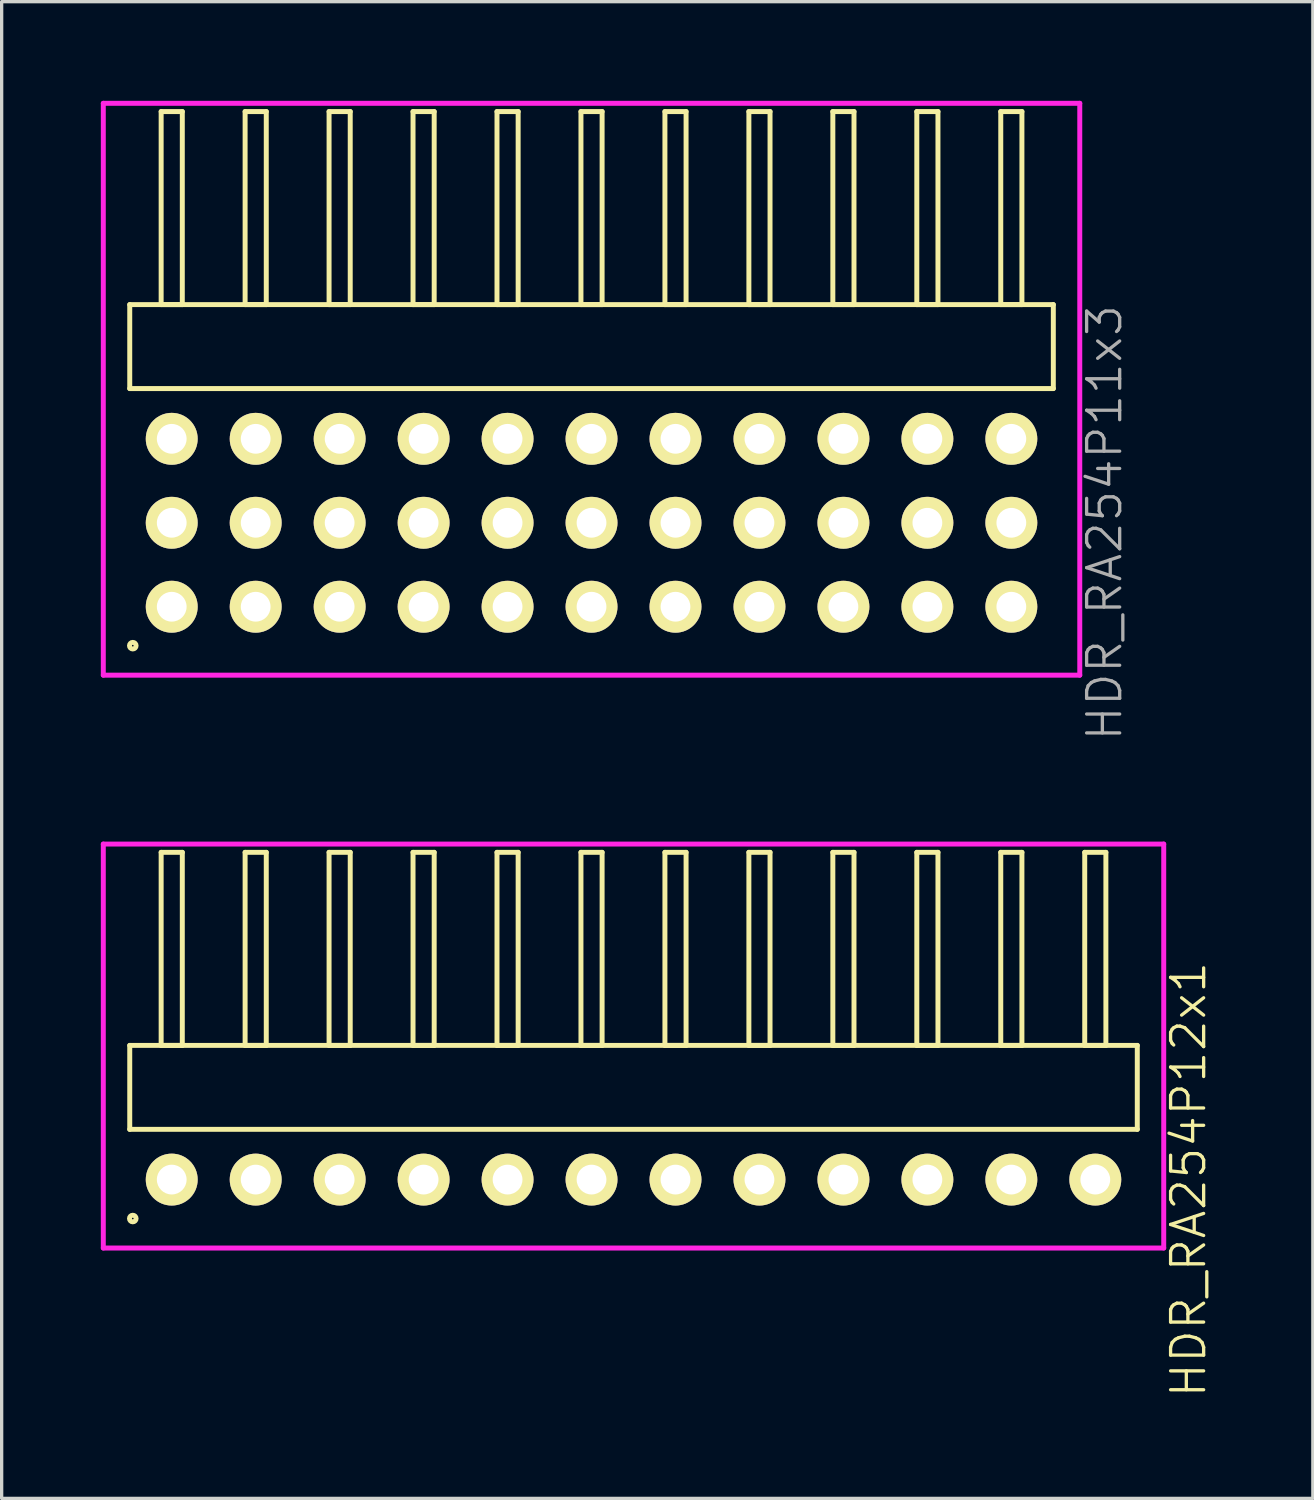
<source format=kicad_pcb>
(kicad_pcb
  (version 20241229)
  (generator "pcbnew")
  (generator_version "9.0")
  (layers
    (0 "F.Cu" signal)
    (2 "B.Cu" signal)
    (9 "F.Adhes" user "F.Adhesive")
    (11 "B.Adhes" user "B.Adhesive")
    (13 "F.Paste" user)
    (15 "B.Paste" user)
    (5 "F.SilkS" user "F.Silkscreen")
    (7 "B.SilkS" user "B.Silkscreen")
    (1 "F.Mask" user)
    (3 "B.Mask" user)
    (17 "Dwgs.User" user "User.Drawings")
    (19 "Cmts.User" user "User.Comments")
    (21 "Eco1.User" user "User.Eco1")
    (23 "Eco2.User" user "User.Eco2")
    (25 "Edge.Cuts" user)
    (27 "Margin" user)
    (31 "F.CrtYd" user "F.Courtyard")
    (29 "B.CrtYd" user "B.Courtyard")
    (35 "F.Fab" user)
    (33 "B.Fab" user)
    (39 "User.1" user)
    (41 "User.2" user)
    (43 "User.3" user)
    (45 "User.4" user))
  (footprint "HDR_RA254P11x3"
    (layer "F.Cu")
    (at 14.845 12.765)
    (property "Reference" "HDR_RA254P11x3" (at 15.52 0 90) (layer "F.Fab") (effects (font (size 1 1) (thickness 0.1))))
    (attr through_hole)
    (fp_line (start -13.97 -6.6) (end -13.97 -4.06) (stroke (width 0.15) (type solid)) (layer "F.SilkS"))
    (fp_line (start -13.97 -4.06) (end 13.97 -4.06) (stroke (width 0.15) (type solid)) (layer "F.SilkS"))
    (fp_line (start -13.02 -12.44) (end -13.02 -6.6) (stroke (width 0.15) (type solid)) (layer "F.SilkS"))
    (fp_line (start -13.02 -6.6) (end -12.38 -6.6) (stroke (width 0.15) (type solid)) (layer "F.SilkS"))
    (fp_line (start -12.38 -12.44) (end -13.02 -12.44) (stroke (width 0.15) (type solid)) (layer "F.SilkS"))
    (fp_line (start -12.38 -6.6) (end -12.38 -12.44) (stroke (width 0.15) (type solid)) (layer "F.SilkS"))
    (fp_line (start -10.48 -12.44) (end -10.48 -6.6) (stroke (width 0.15) (type solid)) (layer "F.SilkS"))
    (fp_line (start -10.48 -6.6) (end -9.84 -6.6) (stroke (width 0.15) (type solid)) (layer "F.SilkS"))
    (fp_line (start -9.84 -12.44) (end -10.48 -12.44) (stroke (width 0.15) (type solid)) (layer "F.SilkS"))
    (fp_line (start -9.84 -6.6) (end -9.84 -12.44) (stroke (width 0.15) (type solid)) (layer "F.SilkS"))
    (fp_line (start -7.94 -12.44) (end -7.94 -6.6) (stroke (width 0.15) (type solid)) (layer "F.SilkS"))
    (fp_line (start -7.94 -6.6) (end -7.3 -6.6) (stroke (width 0.15) (type solid)) (layer "F.SilkS"))
    (fp_line (start -7.3 -12.44) (end -7.94 -12.44) (stroke (width 0.15) (type solid)) (layer "F.SilkS"))
    (fp_line (start -7.3 -6.6) (end -7.3 -12.44) (stroke (width 0.15) (type solid)) (layer "F.SilkS"))
    (fp_line (start -5.4 -12.44) (end -5.4 -6.6) (stroke (width 0.15) (type solid)) (layer "F.SilkS"))
    (fp_line (start -5.4 -6.6) (end -4.76 -6.6) (stroke (width 0.15) (type solid)) (layer "F.SilkS"))
    (fp_line (start -4.76 -12.44) (end -5.4 -12.44) (stroke (width 0.15) (type solid)) (layer "F.SilkS"))
    (fp_line (start -4.76 -6.6) (end -4.76 -12.44) (stroke (width 0.15) (type solid)) (layer "F.SilkS"))
    (fp_line (start -2.86 -12.44) (end -2.86 -6.6) (stroke (width 0.15) (type solid)) (layer "F.SilkS"))
    (fp_line (start -2.86 -6.6) (end -2.22 -6.6) (stroke (width 0.15) (type solid)) (layer "F.SilkS"))
    (fp_line (start -2.22 -12.44) (end -2.86 -12.44) (stroke (width 0.15) (type solid)) (layer "F.SilkS"))
    (fp_line (start -2.22 -6.6) (end -2.22 -12.44) (stroke (width 0.15) (type solid)) (layer "F.SilkS"))
    (fp_line (start -0.32 -12.44) (end -0.32 -6.6) (stroke (width 0.15) (type solid)) (layer "F.SilkS"))
    (fp_line (start -0.32 -6.6) (end 0.32 -6.6) (stroke (width 0.15) (type solid)) (layer "F.SilkS"))
    (fp_line (start 0.32 -12.44) (end -0.32 -12.44) (stroke (width 0.15) (type solid)) (layer "F.SilkS"))
    (fp_line (start 0.32 -6.6) (end 0.32 -12.44) (stroke (width 0.15) (type solid)) (layer "F.SilkS"))
    (fp_line (start 2.22 -12.44) (end 2.22 -6.6) (stroke (width 0.15) (type solid)) (layer "F.SilkS"))
    (fp_line (start 2.22 -6.6) (end 2.86 -6.6) (stroke (width 0.15) (type solid)) (layer "F.SilkS"))
    (fp_line (start 2.86 -12.44) (end 2.22 -12.44) (stroke (width 0.15) (type solid)) (layer "F.SilkS"))
    (fp_line (start 2.86 -6.6) (end 2.86 -12.44) (stroke (width 0.15) (type solid)) (layer "F.SilkS"))
    (fp_line (start 4.76 -12.44) (end 4.76 -6.6) (stroke (width 0.15) (type solid)) (layer "F.SilkS"))
    (fp_line (start 4.76 -6.6) (end 5.4 -6.6) (stroke (width 0.15) (type solid)) (layer "F.SilkS"))
    (fp_line (start 5.4 -12.44) (end 4.76 -12.44) (stroke (width 0.15) (type solid)) (layer "F.SilkS"))
    (fp_line (start 5.4 -6.6) (end 5.4 -12.44) (stroke (width 0.15) (type solid)) (layer "F.SilkS"))
    (fp_line (start 7.3 -12.44) (end 7.3 -6.6) (stroke (width 0.15) (type solid)) (layer "F.SilkS"))
    (fp_line (start 7.3 -6.6) (end 7.94 -6.6) (stroke (width 0.15) (type solid)) (layer "F.SilkS"))
    (fp_line (start 7.94 -12.44) (end 7.3 -12.44) (stroke (width 0.15) (type solid)) (layer "F.SilkS"))
    (fp_line (start 7.94 -6.6) (end 7.94 -12.44) (stroke (width 0.15) (type solid)) (layer "F.SilkS"))
    (fp_line (start 9.84 -12.44) (end 9.84 -6.6) (stroke (width 0.15) (type solid)) (layer "F.SilkS"))
    (fp_line (start 9.84 -6.6) (end 10.48 -6.6) (stroke (width 0.15) (type solid)) (layer "F.SilkS"))
    (fp_line (start 10.48 -12.44) (end 9.84 -12.44) (stroke (width 0.15) (type solid)) (layer "F.SilkS"))
    (fp_line (start 10.48 -6.6) (end 10.48 -12.44) (stroke (width 0.15) (type solid)) (layer "F.SilkS"))
    (fp_line (start 12.38 -12.44) (end 12.38 -6.6) (stroke (width 0.15) (type solid)) (layer "F.SilkS"))
    (fp_line (start 12.38 -6.6) (end 13.02 -6.6) (stroke (width 0.15) (type solid)) (layer "F.SilkS"))
    (fp_line (start 13.02 -12.44) (end 12.38 -12.44) (stroke (width 0.15) (type solid)) (layer "F.SilkS"))
    (fp_line (start 13.02 -6.6) (end 13.02 -12.44) (stroke (width 0.15) (type solid)) (layer "F.SilkS"))
    (fp_line (start 13.97 -6.6) (end -13.97 -6.6) (stroke (width 0.15) (type solid)) (layer "F.SilkS"))
    (fp_line (start 13.97 -4.06) (end 13.97 -6.6) (stroke (width 0.15) (type solid)) (layer "F.SilkS"))
    (fp_circle (center -13.878 3.718) (end -13.778 3.718) (stroke (width 0.15) (type solid)) (fill no) (layer "F.SilkS"))
    (fp_line (start -14.77 -12.69) (end -14.77 4.61) (stroke (width 0.15) (type solid)) (layer "F.CrtYd"))
    (fp_line (start -14.77 4.61) (end 14.77 4.61) (stroke (width 0.15) (type solid)) (layer "F.CrtYd"))
    (fp_line (start 14.77 -12.69) (end -14.77 -12.69) (stroke (width 0.15) (type solid)) (layer "F.CrtYd"))
    (fp_line (start 14.77 4.61) (end 14.77 -12.69) (stroke (width 0.15) (type solid)) (layer "F.CrtYd"))
    (pad "1" thru_hole oval (at -12.7 2.54) (size 1.57 1.57) (drill 0.9) (layers "*.Cu" "*.Mask" "F.SilkS"))
    (pad "2" thru_hole oval (at -12.7 0) (size 1.57 1.57) (drill 0.9) (layers "*.Cu" "*.Mask" "F.SilkS"))
    (pad "3" thru_hole oval (at -12.7 -2.54) (size 1.57 1.57) (drill 0.9) (layers "*.Cu" "*.Mask" "F.SilkS"))
    (pad "4" thru_hole oval (at -10.16 2.54) (size 1.57 1.57) (drill 0.9) (layers "*.Cu" "*.Mask" "F.SilkS"))
    (pad "5" thru_hole oval (at -10.16 0) (size 1.57 1.57) (drill 0.9) (layers "*.Cu" "*.Mask" "F.SilkS"))
    (pad "6" thru_hole oval (at -10.16 -2.54) (size 1.57 1.57) (drill 0.9) (layers "*.Cu" "*.Mask" "F.SilkS"))
    (pad "7" thru_hole oval (at -7.62 2.54) (size 1.57 1.57) (drill 0.9) (layers "*.Cu" "*.Mask" "F.SilkS"))
    (pad "8" thru_hole oval (at -7.62 0) (size 1.57 1.57) (drill 0.9) (layers "*.Cu" "*.Mask" "F.SilkS"))
    (pad "9" thru_hole oval (at -7.62 -2.54) (size 1.57 1.57) (drill 0.9) (layers "*.Cu" "*.Mask" "F.SilkS"))
    (pad "10" thru_hole oval (at -5.08 2.54) (size 1.57 1.57) (drill 0.9) (layers "*.Cu" "*.Mask" "F.SilkS"))
    (pad "11" thru_hole oval (at -5.08 0) (size 1.57 1.57) (drill 0.9) (layers "*.Cu" "*.Mask" "F.SilkS"))
    (pad "12" thru_hole oval (at -5.08 -2.54) (size 1.57 1.57) (drill 0.9) (layers "*.Cu" "*.Mask" "F.SilkS"))
    (pad "13" thru_hole oval (at -2.54 2.54) (size 1.57 1.57) (drill 0.9) (layers "*.Cu" "*.Mask" "F.SilkS"))
    (pad "14" thru_hole oval (at -2.54 0) (size 1.57 1.57) (drill 0.9) (layers "*.Cu" "*.Mask" "F.SilkS"))
    (pad "15" thru_hole oval (at -2.54 -2.54) (size 1.57 1.57) (drill 0.9) (layers "*.Cu" "*.Mask" "F.SilkS"))
    (pad "16" thru_hole oval (at 0 2.54) (size 1.57 1.57) (drill 0.9) (layers "*.Cu" "*.Mask" "F.SilkS"))
    (pad "17" thru_hole oval (at 0 0) (size 1.57 1.57) (drill 0.9) (layers "*.Cu" "*.Mask" "F.SilkS"))
    (pad "18" thru_hole oval (at 0 -2.54) (size 1.57 1.57) (drill 0.9) (layers "*.Cu" "*.Mask" "F.SilkS"))
    (pad "19" thru_hole oval (at 2.54 2.54) (size 1.57 1.57) (drill 0.9) (layers "*.Cu" "*.Mask" "F.SilkS"))
    (pad "20" thru_hole oval (at 2.54 0) (size 1.57 1.57) (drill 0.9) (layers "*.Cu" "*.Mask" "F.SilkS"))
    (pad "21" thru_hole oval (at 2.54 -2.54) (size 1.57 1.57) (drill 0.9) (layers "*.Cu" "*.Mask" "F.SilkS"))
    (pad "22" thru_hole oval (at 5.08 2.54) (size 1.57 1.57) (drill 0.9) (layers "*.Cu" "*.Mask" "F.SilkS"))
    (pad "23" thru_hole oval (at 5.08 0) (size 1.57 1.57) (drill 0.9) (layers "*.Cu" "*.Mask" "F.SilkS"))
    (pad "24" thru_hole oval (at 5.08 -2.54) (size 1.57 1.57) (drill 0.9) (layers "*.Cu" "*.Mask" "F.SilkS"))
    (pad "25" thru_hole oval (at 7.62 2.54) (size 1.57 1.57) (drill 0.9) (layers "*.Cu" "*.Mask" "F.SilkS"))
    (pad "26" thru_hole oval (at 7.62 0) (size 1.57 1.57) (drill 0.9) (layers "*.Cu" "*.Mask" "F.SilkS"))
    (pad "27" thru_hole oval (at 7.62 -2.54) (size 1.57 1.57) (drill 0.9) (layers "*.Cu" "*.Mask" "F.SilkS"))
    (pad "28" thru_hole oval (at 10.16 2.54) (size 1.57 1.57) (drill 0.9) (layers "*.Cu" "*.Mask" "F.SilkS"))
    (pad "29" thru_hole oval (at 10.16 0) (size 1.57 1.57) (drill 0.9) (layers "*.Cu" "*.Mask" "F.SilkS"))
    (pad "30" thru_hole oval (at 10.16 -2.54) (size 1.57 1.57) (drill 0.9) (layers "*.Cu" "*.Mask" "F.SilkS"))
    (pad "31" thru_hole oval (at 12.7 2.54) (size 1.57 1.57) (drill 0.9) (layers "*.Cu" "*.Mask" "F.SilkS"))
    (pad "32" thru_hole oval (at 12.7 0) (size 1.57 1.57) (drill 0.9) (layers "*.Cu" "*.Mask" "F.SilkS"))
    (pad "33" thru_hole oval (at 12.7 -2.54) (size 1.57 1.57) (drill 0.9) (layers "*.Cu" "*.Mask" "F.SilkS")))
  (footprint "HDR_RA254P12x1"
    (layer "F.Cu")
    (at 16.115 32.635)
    (property "Reference" "HDR_RA254P12x1" (at 16.79 0 90) (layer "F.SilkS") (effects (font (size 1 1) (thickness 0.1))))
    (attr through_hole)
    (fp_line (start -15.24 -4.06) (end -15.24 -1.52) (stroke (width 0.15) (type solid)) (layer "F.SilkS"))
    (fp_line (start -15.24 -1.52) (end 15.24 -1.52) (stroke (width 0.15) (type solid)) (layer "F.SilkS"))
    (fp_line (start -14.29 -9.9) (end -14.29 -4.06) (stroke (width 0.15) (type solid)) (layer "F.SilkS"))
    (fp_line (start -14.29 -4.06) (end -13.65 -4.06) (stroke (width 0.15) (type solid)) (layer "F.SilkS"))
    (fp_line (start -13.65 -9.9) (end -14.29 -9.9) (stroke (width 0.15) (type solid)) (layer "F.SilkS"))
    (fp_line (start -13.65 -4.06) (end -13.65 -9.9) (stroke (width 0.15) (type solid)) (layer "F.SilkS"))
    (fp_line (start -11.75 -9.9) (end -11.75 -4.06) (stroke (width 0.15) (type solid)) (layer "F.SilkS"))
    (fp_line (start -11.75 -4.06) (end -11.11 -4.06) (stroke (width 0.15) (type solid)) (layer "F.SilkS"))
    (fp_line (start -11.11 -9.9) (end -11.75 -9.9) (stroke (width 0.15) (type solid)) (layer "F.SilkS"))
    (fp_line (start -11.11 -4.06) (end -11.11 -9.9) (stroke (width 0.15) (type solid)) (layer "F.SilkS"))
    (fp_line (start -9.21 -9.9) (end -9.21 -4.06) (stroke (width 0.15) (type solid)) (layer "F.SilkS"))
    (fp_line (start -9.21 -4.06) (end -8.57 -4.06) (stroke (width 0.15) (type solid)) (layer "F.SilkS"))
    (fp_line (start -8.57 -9.9) (end -9.21 -9.9) (stroke (width 0.15) (type solid)) (layer "F.SilkS"))
    (fp_line (start -8.57 -4.06) (end -8.57 -9.9) (stroke (width 0.15) (type solid)) (layer "F.SilkS"))
    (fp_line (start -6.67 -9.9) (end -6.67 -4.06) (stroke (width 0.15) (type solid)) (layer "F.SilkS"))
    (fp_line (start -6.67 -4.06) (end -6.03 -4.06) (stroke (width 0.15) (type solid)) (layer "F.SilkS"))
    (fp_line (start -6.03 -9.9) (end -6.67 -9.9) (stroke (width 0.15) (type solid)) (layer "F.SilkS"))
    (fp_line (start -6.03 -4.06) (end -6.03 -9.9) (stroke (width 0.15) (type solid)) (layer "F.SilkS"))
    (fp_line (start -4.13 -9.9) (end -4.13 -4.06) (stroke (width 0.15) (type solid)) (layer "F.SilkS"))
    (fp_line (start -4.13 -4.06) (end -3.49 -4.06) (stroke (width 0.15) (type solid)) (layer "F.SilkS"))
    (fp_line (start -3.49 -9.9) (end -4.13 -9.9) (stroke (width 0.15) (type solid)) (layer "F.SilkS"))
    (fp_line (start -3.49 -4.06) (end -3.49 -9.9) (stroke (width 0.15) (type solid)) (layer "F.SilkS"))
    (fp_line (start -1.59 -9.9) (end -1.59 -4.06) (stroke (width 0.15) (type solid)) (layer "F.SilkS"))
    (fp_line (start -1.59 -4.06) (end -0.95 -4.06) (stroke (width 0.15) (type solid)) (layer "F.SilkS"))
    (fp_line (start -0.95 -9.9) (end -1.59 -9.9) (stroke (width 0.15) (type solid)) (layer "F.SilkS"))
    (fp_line (start -0.95 -4.06) (end -0.95 -9.9) (stroke (width 0.15) (type solid)) (layer "F.SilkS"))
    (fp_line (start 0.95 -9.9) (end 0.95 -4.06) (stroke (width 0.15) (type solid)) (layer "F.SilkS"))
    (fp_line (start 0.95 -4.06) (end 1.59 -4.06) (stroke (width 0.15) (type solid)) (layer "F.SilkS"))
    (fp_line (start 1.59 -9.9) (end 0.95 -9.9) (stroke (width 0.15) (type solid)) (layer "F.SilkS"))
    (fp_line (start 1.59 -4.06) (end 1.59 -9.9) (stroke (width 0.15) (type solid)) (layer "F.SilkS"))
    (fp_line (start 3.49 -9.9) (end 3.49 -4.06) (stroke (width 0.15) (type solid)) (layer "F.SilkS"))
    (fp_line (start 3.49 -4.06) (end 4.13 -4.06) (stroke (width 0.15) (type solid)) (layer "F.SilkS"))
    (fp_line (start 4.13 -9.9) (end 3.49 -9.9) (stroke (width 0.15) (type solid)) (layer "F.SilkS"))
    (fp_line (start 4.13 -4.06) (end 4.13 -9.9) (stroke (width 0.15) (type solid)) (layer "F.SilkS"))
    (fp_line (start 6.03 -9.9) (end 6.03 -4.06) (stroke (width 0.15) (type solid)) (layer "F.SilkS"))
    (fp_line (start 6.03 -4.06) (end 6.67 -4.06) (stroke (width 0.15) (type solid)) (layer "F.SilkS"))
    (fp_line (start 6.67 -9.9) (end 6.03 -9.9) (stroke (width 0.15) (type solid)) (layer "F.SilkS"))
    (fp_line (start 6.67 -4.06) (end 6.67 -9.9) (stroke (width 0.15) (type solid)) (layer "F.SilkS"))
    (fp_line (start 8.57 -9.9) (end 8.57 -4.06) (stroke (width 0.15) (type solid)) (layer "F.SilkS"))
    (fp_line (start 8.57 -4.06) (end 9.21 -4.06) (stroke (width 0.15) (type solid)) (layer "F.SilkS"))
    (fp_line (start 9.21 -9.9) (end 8.57 -9.9) (stroke (width 0.15) (type solid)) (layer "F.SilkS"))
    (fp_line (start 9.21 -4.06) (end 9.21 -9.9) (stroke (width 0.15) (type solid)) (layer "F.SilkS"))
    (fp_line (start 11.11 -9.9) (end 11.11 -4.06) (stroke (width 0.15) (type solid)) (layer "F.SilkS"))
    (fp_line (start 11.11 -4.06) (end 11.75 -4.06) (stroke (width 0.15) (type solid)) (layer "F.SilkS"))
    (fp_line (start 11.75 -9.9) (end 11.11 -9.9) (stroke (width 0.15) (type solid)) (layer "F.SilkS"))
    (fp_line (start 11.75 -4.06) (end 11.75 -9.9) (stroke (width 0.15) (type solid)) (layer "F.SilkS"))
    (fp_line (start 13.65 -9.9) (end 13.65 -4.06) (stroke (width 0.15) (type solid)) (layer "F.SilkS"))
    (fp_line (start 13.65 -4.06) (end 14.29 -4.06) (stroke (width 0.15) (type solid)) (layer "F.SilkS"))
    (fp_line (start 14.29 -9.9) (end 13.65 -9.9) (stroke (width 0.15) (type solid)) (layer "F.SilkS"))
    (fp_line (start 14.29 -4.06) (end 14.29 -9.9) (stroke (width 0.15) (type solid)) (layer "F.SilkS"))
    (fp_line (start 15.24 -4.06) (end -15.24 -4.06) (stroke (width 0.15) (type solid)) (layer "F.SilkS"))
    (fp_line (start 15.24 -1.52) (end 15.24 -4.06) (stroke (width 0.15) (type solid)) (layer "F.SilkS"))
    (fp_circle (center -15.148 1.178) (end -15.048 1.178) (stroke (width 0.15) (type solid)) (fill no) (layer "F.SilkS"))
    (fp_line (start -16.04 -10.15) (end -16.04 2.07) (stroke (width 0.15) (type solid)) (layer "F.CrtYd"))
    (fp_line (start -16.04 2.07) (end 16.04 2.07) (stroke (width 0.15) (type solid)) (layer "F.CrtYd"))
    (fp_line (start 16.04 -10.15) (end -16.04 -10.15) (stroke (width 0.15) (type solid)) (layer "F.CrtYd"))
    (fp_line (start 16.04 2.07) (end 16.04 -10.15) (stroke (width 0.15) (type solid)) (layer "F.CrtYd"))
    (pad "1" thru_hole oval (at -13.97 0) (size 1.57 1.57) (drill 0.9) (layers "*.Cu" "*.Mask" "F.SilkS"))
    (pad "2" thru_hole oval (at -11.43 0) (size 1.57 1.57) (drill 0.9) (layers "*.Cu" "*.Mask" "F.SilkS"))
    (pad "3" thru_hole oval (at -8.89 0) (size 1.57 1.57) (drill 0.9) (layers "*.Cu" "*.Mask" "F.SilkS"))
    (pad "4" thru_hole oval (at -6.35 0) (size 1.57 1.57) (drill 0.9) (layers "*.Cu" "*.Mask" "F.SilkS"))
    (pad "5" thru_hole oval (at -3.81 0) (size 1.57 1.57) (drill 0.9) (layers "*.Cu" "*.Mask" "F.SilkS"))
    (pad "6" thru_hole oval (at -1.27 0) (size 1.57 1.57) (drill 0.9) (layers "*.Cu" "*.Mask" "F.SilkS"))
    (pad "7" thru_hole oval (at 1.27 0) (size 1.57 1.57) (drill 0.9) (layers "*.Cu" "*.Mask" "F.SilkS"))
    (pad "8" thru_hole oval (at 3.81 0) (size 1.57 1.57) (drill 0.9) (layers "*.Cu" "*.Mask" "F.SilkS"))
    (pad "9" thru_hole oval (at 6.35 0) (size 1.57 1.57) (drill 0.9) (layers "*.Cu" "*.Mask" "F.SilkS"))
    (pad "10" thru_hole oval (at 8.89 0) (size 1.57 1.57) (drill 0.9) (layers "*.Cu" "*.Mask" "F.SilkS"))
    (pad "11" thru_hole oval (at 11.43 0) (size 1.57 1.57) (drill 0.9) (layers "*.Cu" "*.Mask" "F.SilkS"))
    (pad "12" thru_hole oval (at 13.97 0) (size 1.57 1.57) (drill 0.9) (layers "*.Cu" "*.Mask" "F.SilkS")))
  (gr_rect
    (start -3 -3)
    (end 36.666 42.28)
    (stroke (width 0.1) (type default))
    (fill no)
    (layer "Edge.Cuts")))
</source>
